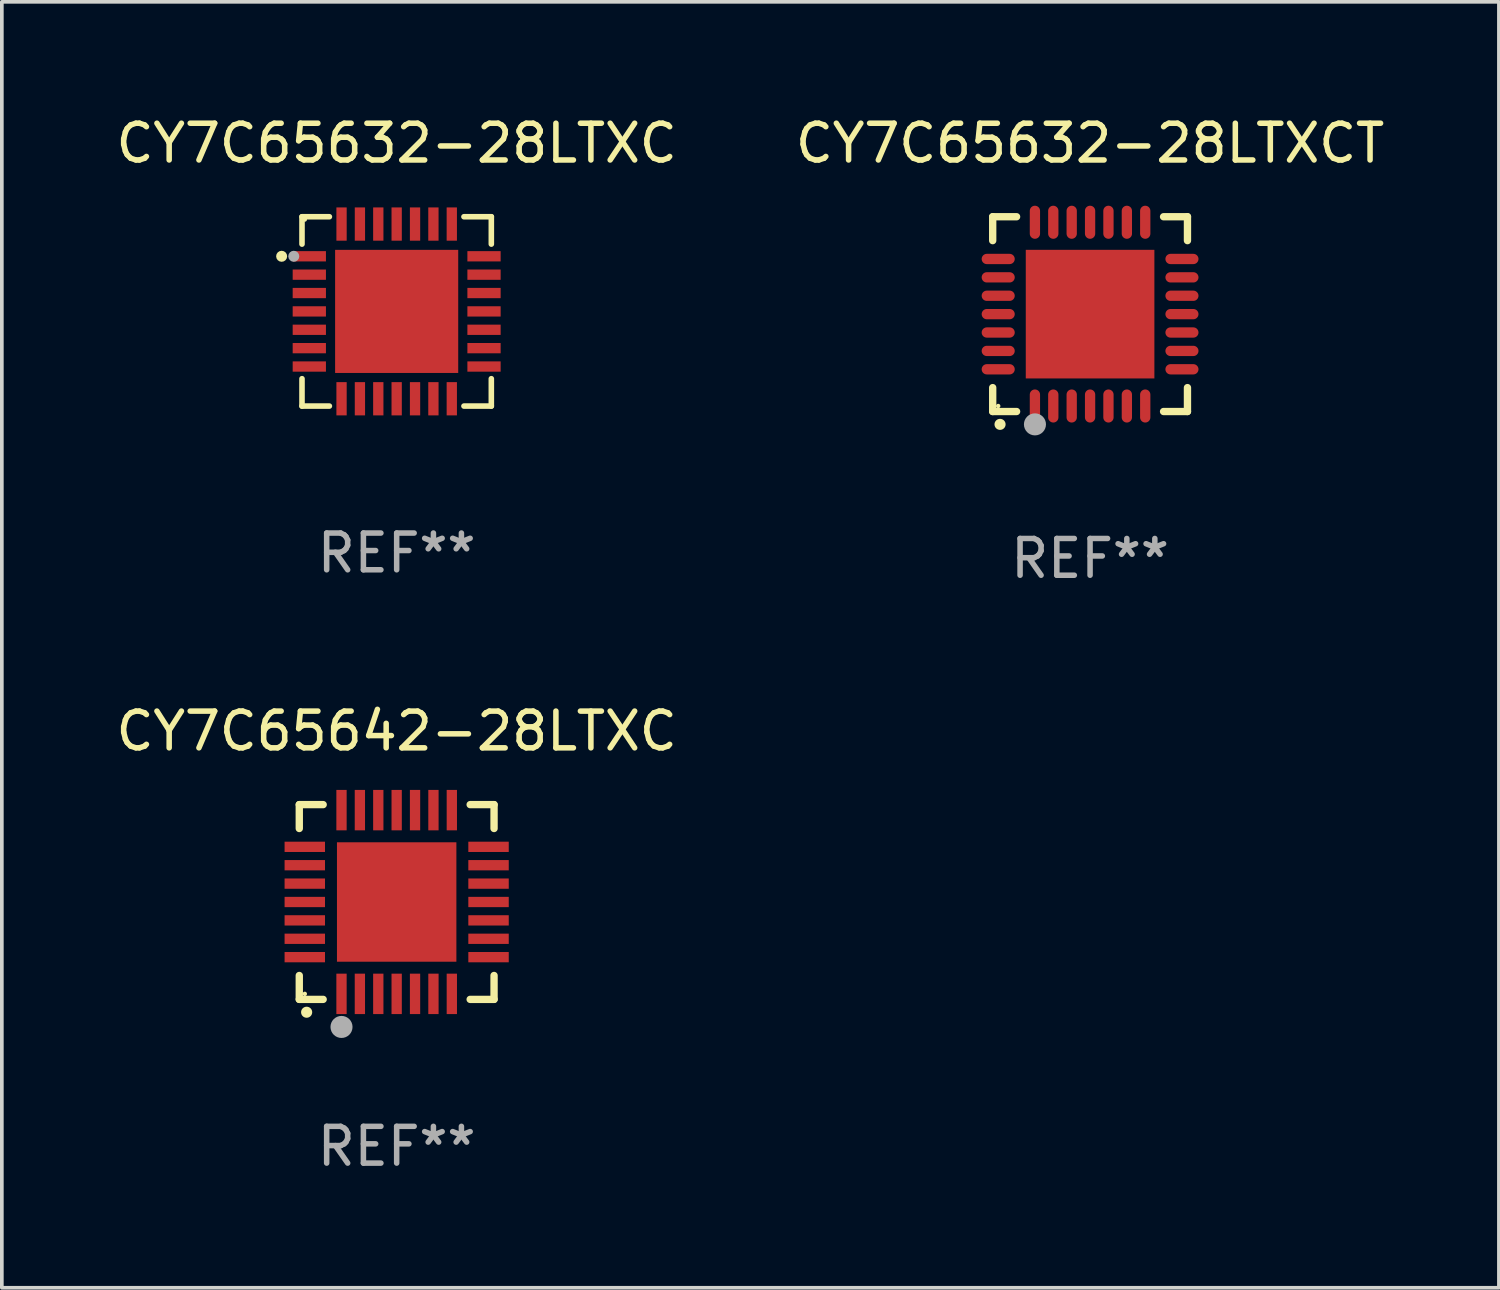
<source format=kicad_pcb>
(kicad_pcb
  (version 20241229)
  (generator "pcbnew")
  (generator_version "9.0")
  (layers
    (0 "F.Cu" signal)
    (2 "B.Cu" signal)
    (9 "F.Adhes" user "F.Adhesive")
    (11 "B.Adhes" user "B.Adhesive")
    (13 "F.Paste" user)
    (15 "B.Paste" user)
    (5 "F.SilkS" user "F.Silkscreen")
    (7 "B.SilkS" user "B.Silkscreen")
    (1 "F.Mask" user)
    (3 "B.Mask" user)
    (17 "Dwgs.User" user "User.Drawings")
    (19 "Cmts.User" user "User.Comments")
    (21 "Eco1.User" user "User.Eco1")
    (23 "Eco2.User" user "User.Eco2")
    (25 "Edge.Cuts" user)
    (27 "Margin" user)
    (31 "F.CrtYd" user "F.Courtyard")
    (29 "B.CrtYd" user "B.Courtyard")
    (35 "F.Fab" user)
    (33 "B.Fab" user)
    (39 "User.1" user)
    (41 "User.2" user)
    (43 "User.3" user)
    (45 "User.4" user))
  (footprint "CY7C65632-28LTXCT"
    (layer "F.Cu")
    (at 26.613 5.498)
    (property "Reference" "CY7C65632-28LTXCT" (at 0 -4.65 0) (layer "F.SilkS") (effects (font (size 1 1) (thickness 0.15))))
    (attr through_hole)
    (fp_line (start -2.65 -2.65) (end -2.65 -2) (stroke (width 0.2) (type solid)) (layer "F.SilkS"))
    (fp_line (start -2.65 2.65) (end -2.65 2) (stroke (width 0.2) (type solid)) (layer "F.SilkS"))
    (fp_line (start -2 -2.65) (end -2.65 -2.65) (stroke (width 0.2) (type solid)) (layer "F.SilkS"))
    (fp_line (start -2 2.65) (end -2.65 2.65) (stroke (width 0.2) (type solid)) (layer "F.SilkS"))
    (fp_line (start 2 2.65) (end 2.65 2.65) (stroke (width 0.2) (type solid)) (layer "F.SilkS"))
    (fp_line (start 2.65 -2.65) (end 2 -2.65) (stroke (width 0.2) (type solid)) (layer "F.SilkS"))
    (fp_line (start 2.65 -2) (end 2.65 -2.65) (stroke (width 0.2) (type solid)) (layer "F.SilkS"))
    (fp_line (start 2.65 2.65) (end 2.65 2) (stroke (width 0.2) (type solid)) (layer "F.SilkS"))
    (fp_arc (start -2.451105 2.999746) (mid -2.449835 2.999741) (end -2.448565 2.999746) (stroke (width 0.3) (type solid)) (layer "F.SilkS"))
    (fp_circle (center -2.5 2.5) (end -2.47 2.5) (stroke (width 0.06) (type solid)) (fill no) (layer "F.SilkS"))
    (fp_circle (center -1.5 3) (end -1.35 3) (stroke (width 0.3) (type solid)) (fill no) (layer "F.Fab"))
    (fp_text user "REF**" (at 0 6.65 0) (layer "F.Fab") (effects (font (size 1 1) (thickness 0.15))))
    (pad "1" smd oval (at -1.501 2.5 180) (size 0.28 0.9) (layers "F.Cu" "F.Mask" "F.Paste"))
    (pad "2" smd oval (at -1.001 2.5 180) (size 0.28 0.9) (layers "F.Cu" "F.Mask" "F.Paste"))
    (pad "3" smd oval (at -0.5 2.5 180) (size 0.28 0.9) (layers "F.Cu" "F.Mask" "F.Paste"))
    (pad "4" smd oval (at 0.000076 2.5 180) (size 0.28 0.9) (layers "F.Cu" "F.Mask" "F.Paste"))
    (pad "5" smd oval (at 0.5 2.5 180) (size 0.28 0.9) (layers "F.Cu" "F.Mask" "F.Paste"))
    (pad "6" smd oval (at 1.001 2.5 180) (size 0.28 0.9) (layers "F.Cu" "F.Mask" "F.Paste"))
    (pad "7" smd oval (at 1.501 2.5 180) (size 0.28 0.9) (layers "F.Cu" "F.Mask" "F.Paste"))
    (pad "8" smd oval (at 2.5 1.501 90) (size 0.28 0.9) (layers "F.Cu" "F.Mask" "F.Paste"))
    (pad "9" smd oval (at 2.5 1.001 90) (size 0.28 0.9) (layers "F.Cu" "F.Mask" "F.Paste"))
    (pad "10" smd oval (at 2.5 0.5 90) (size 0.28 0.9) (layers "F.Cu" "F.Mask" "F.Paste"))
    (pad "11" smd oval (at 2.5 0.000076 90) (size 0.28 0.9) (layers "F.Cu" "F.Mask" "F.Paste"))
    (pad "12" smd oval (at 2.5 -0.5 90) (size 0.28 0.9) (layers "F.Cu" "F.Mask" "F.Paste"))
    (pad "13" smd oval (at 2.5 -1.001 90) (size 0.28 0.9) (layers "F.Cu" "F.Mask" "F.Paste"))
    (pad "14" smd oval (at 2.5 -1.501 90) (size 0.28 0.9) (layers "F.Cu" "F.Mask" "F.Paste"))
    (pad "15" smd oval (at 1.501 -2.5 180) (size 0.28 0.9) (layers "F.Cu" "F.Mask" "F.Paste"))
    (pad "16" smd oval (at 1.001 -2.5 180) (size 0.28 0.9) (layers "F.Cu" "F.Mask" "F.Paste"))
    (pad "17" smd oval (at 0.5 -2.5 180) (size 0.28 0.9) (layers "F.Cu" "F.Mask" "F.Paste"))
    (pad "18" smd oval (at 0.000076 -2.5 180) (size 0.28 0.9) (layers "F.Cu" "F.Mask" "F.Paste"))
    (pad "19" smd oval (at -0.5 -2.5 180) (size 0.28 0.9) (layers "F.Cu" "F.Mask" "F.Paste"))
    (pad "20" smd oval (at -1.001 -2.5 180) (size 0.28 0.9) (layers "F.Cu" "F.Mask" "F.Paste"))
    (pad "21" smd oval (at -1.501 -2.5 180) (size 0.28 0.9) (layers "F.Cu" "F.Mask" "F.Paste"))
    (pad "22" smd oval (at -2.5 -1.501 90) (size 0.28 0.9) (layers "F.Cu" "F.Mask" "F.Paste"))
    (pad "23" smd oval (at -2.5 -1.001 90) (size 0.28 0.9) (layers "F.Cu" "F.Mask" "F.Paste"))
    (pad "24" smd oval (at -2.5 -0.5 90) (size 0.28 0.9) (layers "F.Cu" "F.Mask" "F.Paste"))
    (pad "25" smd oval (at -2.5 0.000076 90) (size 0.28 0.9) (layers "F.Cu" "F.Mask" "F.Paste"))
    (pad "26" smd oval (at -2.5 0.5 90) (size 0.28 0.9) (layers "F.Cu" "F.Mask" "F.Paste"))
    (pad "27" smd oval (at -2.5 1.001 90) (size 0.28 0.9) (layers "F.Cu" "F.Mask" "F.Paste"))
    (pad "28" smd oval (at -2.5 1.501 90) (size 0.28 0.9) (layers "F.Cu" "F.Mask" "F.Paste"))
    (pad "29" smd rect (at 0.000076 0.000076 90) (size 3.5 3.5) (layers "F.Cu" "F.Mask" "F.Paste")))
  (footprint "CY7C65632-28LTXC"
    (layer "F.Cu")
    (at 7.744 5.424)
    (property "Reference" "CY7C65632-28LTXC" (at 0 -4.576 0) (layer "F.SilkS") (effects (font (size 1 1) (thickness 0.15))))
    (attr through_hole)
    (fp_line (start -2.576 -2.576) (end -2.576 -1.831) (stroke (width 0.152) (type solid)) (layer "F.SilkS"))
    (fp_line (start -2.576 2.576) (end -2.576 1.831) (stroke (width 0.152) (type solid)) (layer "F.SilkS"))
    (fp_line (start -1.831 -2.576) (end -2.576 -2.576) (stroke (width 0.152) (type solid)) (layer "F.SilkS"))
    (fp_line (start -1.831 2.576) (end -2.576 2.576) (stroke (width 0.152) (type solid)) (layer "F.SilkS"))
    (fp_line (start 1.831 -2.576) (end 2.576 -2.576) (stroke (width 0.152) (type solid)) (layer "F.SilkS"))
    (fp_line (start 1.831 2.576) (end 2.576 2.576) (stroke (width 0.152) (type solid)) (layer "F.SilkS"))
    (fp_line (start 2.576 -2.576) (end 2.576 -1.831) (stroke (width 0.152) (type solid)) (layer "F.SilkS"))
    (fp_line (start 2.576 2.576) (end 2.576 1.831) (stroke (width 0.152) (type solid)) (layer "F.SilkS"))
    (fp_circle (center -3.13 -1.5) (end -3.055 -1.5) (stroke (width 0.15) (type solid)) (fill no) (layer "F.SilkS"))
    (fp_circle (center -2.5 -2.5) (end -2.47 -2.5) (stroke (width 0.06) (type solid)) (fill no) (layer "F.SilkS"))
    (fp_circle (center -2.8 -1.5) (end -2.725 -1.5) (stroke (width 0.15) (type solid)) (fill no) (layer "F.Fab"))
    (fp_text user "REF**" (at 0 6.576 0) (layer "F.Fab") (effects (font (size 1 1) (thickness 0.15))))
    (pad "1" smd rect (at -2.377 -1.5) (size 0.905 0.28) (layers "F.Cu" "F.Mask" "F.Paste"))
    (pad "2" smd rect (at -2.377 -1) (size 0.905 0.28) (layers "F.Cu" "F.Mask" "F.Paste"))
    (pad "3" smd rect (at -2.377 -0.5) (size 0.905 0.28) (layers "F.Cu" "F.Mask" "F.Paste"))
    (pad "4" smd rect (at -2.377 0) (size 0.905 0.28) (layers "F.Cu" "F.Mask" "F.Paste"))
    (pad "5" smd rect (at -2.377 0.5) (size 0.905 0.28) (layers "F.Cu" "F.Mask" "F.Paste"))
    (pad "6" smd rect (at -2.377 1) (size 0.905 0.28) (layers "F.Cu" "F.Mask" "F.Paste"))
    (pad "7" smd rect (at -2.377 1.5) (size 0.905 0.28) (layers "F.Cu" "F.Mask" "F.Paste"))
    (pad "8" smd rect (at -1.5 2.377) (size 0.28 0.905) (layers "F.Cu" "F.Mask" "F.Paste"))
    (pad "9" smd rect (at -1 2.377) (size 0.28 0.905) (layers "F.Cu" "F.Mask" "F.Paste"))
    (pad "10" smd rect (at -0.5 2.377) (size 0.28 0.905) (layers "F.Cu" "F.Mask" "F.Paste"))
    (pad "11" smd rect (at 0 2.377) (size 0.28 0.905) (layers "F.Cu" "F.Mask" "F.Paste"))
    (pad "12" smd rect (at 0.5 2.377) (size 0.28 0.905) (layers "F.Cu" "F.Mask" "F.Paste"))
    (pad "13" smd rect (at 1 2.377) (size 0.28 0.905) (layers "F.Cu" "F.Mask" "F.Paste"))
    (pad "14" smd rect (at 1.5 2.377) (size 0.28 0.905) (layers "F.Cu" "F.Mask" "F.Paste"))
    (pad "15" smd rect (at 2.377 1.5) (size 0.905 0.28) (layers "F.Cu" "F.Mask" "F.Paste"))
    (pad "16" smd rect (at 2.377 1) (size 0.905 0.28) (layers "F.Cu" "F.Mask" "F.Paste"))
    (pad "17" smd rect (at 2.377 0.5) (size 0.905 0.28) (layers "F.Cu" "F.Mask" "F.Paste"))
    (pad "18" smd rect (at 2.377 0) (size 0.905 0.28) (layers "F.Cu" "F.Mask" "F.Paste"))
    (pad "19" smd rect (at 2.377 -0.5) (size 0.905 0.28) (layers "F.Cu" "F.Mask" "F.Paste"))
    (pad "20" smd rect (at 2.377 -1) (size 0.905 0.28) (layers "F.Cu" "F.Mask" "F.Paste"))
    (pad "21" smd rect (at 2.377 -1.5) (size 0.905 0.28) (layers "F.Cu" "F.Mask" "F.Paste"))
    (pad "22" smd rect (at 1.5 -2.377) (size 0.28 0.905) (layers "F.Cu" "F.Mask" "F.Paste"))
    (pad "23" smd rect (at 1 -2.377) (size 0.28 0.905) (layers "F.Cu" "F.Mask" "F.Paste"))
    (pad "24" smd rect (at 0.5 -2.377) (size 0.28 0.905) (layers "F.Cu" "F.Mask" "F.Paste"))
    (pad "25" smd rect (at 0 -2.377) (size 0.28 0.905) (layers "F.Cu" "F.Mask" "F.Paste"))
    (pad "26" smd rect (at -0.5 -2.377) (size 0.28 0.905) (layers "F.Cu" "F.Mask" "F.Paste"))
    (pad "27" smd rect (at -1 -2.377) (size 0.28 0.905) (layers "F.Cu" "F.Mask" "F.Paste"))
    (pad "28" smd rect (at -1.5 -2.377) (size 0.28 0.905) (layers "F.Cu" "F.Mask" "F.Paste"))
    (pad "29" smd rect (at 0 0) (size 3.35 3.35) (layers "F.Cu" "F.Mask" "F.Paste")))
  (footprint "CY7C65642-28LTXC"
    (layer "F.Cu")
    (at 7.744 21.495)
    (property "Reference" "CY7C65642-28LTXC" (at 0 -4.65 0) (layer "F.SilkS") (effects (font (size 1 1) (thickness 0.15))))
    (attr through_hole)
    (fp_line (start -2.65 -2.65) (end -2.65 -2) (stroke (width 0.2) (type solid)) (layer "F.SilkS"))
    (fp_line (start -2.65 2.65) (end -2.65 2) (stroke (width 0.2) (type solid)) (layer "F.SilkS"))
    (fp_line (start -2 -2.65) (end -2.65 -2.65) (stroke (width 0.2) (type solid)) (layer "F.SilkS"))
    (fp_line (start -2 2.65) (end -2.65 2.65) (stroke (width 0.2) (type solid)) (layer "F.SilkS"))
    (fp_line (start 2 2.65) (end 2.65 2.65) (stroke (width 0.2) (type solid)) (layer "F.SilkS"))
    (fp_line (start 2.65 -2.65) (end 2 -2.65) (stroke (width 0.2) (type solid)) (layer "F.SilkS"))
    (fp_line (start 2.65 -2) (end 2.65 -2.65) (stroke (width 0.2) (type solid)) (layer "F.SilkS"))
    (fp_line (start 2.65 2.65) (end 2.65 2) (stroke (width 0.2) (type solid)) (layer "F.SilkS"))
    (fp_arc (start -2.451105 2.999746) (mid -2.449835 2.999741) (end -2.448565 2.999746) (stroke (width 0.3) (type solid)) (layer "F.SilkS"))
    (fp_circle (center -2.5 2.5) (end -2.47 2.5) (stroke (width 0.06) (type solid)) (fill no) (layer "F.SilkS"))
    (fp_circle (center -1.501 3.4) (end -1.351 3.4) (stroke (width 0.3) (type solid)) (fill no) (layer "F.Fab"))
    (fp_text user "REF**" (at 0 6.65 0) (layer "F.Fab") (effects (font (size 1 1) (thickness 0.15))))
    (pad "1" smd rect (at -1.501 2.5 180) (size 0.28 1.1) (layers "F.Cu" "F.Mask" "F.Paste"))
    (pad "2" smd rect (at -1.001 2.5 180) (size 0.28 1.1) (layers "F.Cu" "F.Mask" "F.Paste"))
    (pad "3" smd rect (at -0.5 2.5 180) (size 0.28 1.1) (layers "F.Cu" "F.Mask" "F.Paste"))
    (pad "4" smd rect (at 0.000076 2.5 180) (size 0.28 1.1) (layers "F.Cu" "F.Mask" "F.Paste"))
    (pad "5" smd rect (at 0.5 2.5 180) (size 0.28 1.1) (layers "F.Cu" "F.Mask" "F.Paste"))
    (pad "6" smd rect (at 1.001 2.5 180) (size 0.28 1.1) (layers "F.Cu" "F.Mask" "F.Paste"))
    (pad "7" smd rect (at 1.501 2.5 180) (size 0.28 1.1) (layers "F.Cu" "F.Mask" "F.Paste"))
    (pad "8" smd rect (at 2.5 1.501 90) (size 0.28 1.1) (layers "F.Cu" "F.Mask" "F.Paste"))
    (pad "9" smd rect (at 2.5 1.001 90) (size 0.28 1.1) (layers "F.Cu" "F.Mask" "F.Paste"))
    (pad "10" smd rect (at 2.5 0.5 90) (size 0.28 1.1) (layers "F.Cu" "F.Mask" "F.Paste"))
    (pad "11" smd rect (at 2.5 0.000076 90) (size 0.28 1.1) (layers "F.Cu" "F.Mask" "F.Paste"))
    (pad "12" smd rect (at 2.5 -0.5 90) (size 0.28 1.1) (layers "F.Cu" "F.Mask" "F.Paste"))
    (pad "13" smd rect (at 2.5 -1.001 90) (size 0.28 1.1) (layers "F.Cu" "F.Mask" "F.Paste"))
    (pad "14" smd rect (at 2.5 -1.501 90) (size 0.28 1.1) (layers "F.Cu" "F.Mask" "F.Paste"))
    (pad "15" smd rect (at 1.501 -2.5 180) (size 0.28 1.1) (layers "F.Cu" "F.Mask" "F.Paste"))
    (pad "16" smd rect (at 1.001 -2.5 180) (size 0.28 1.1) (layers "F.Cu" "F.Mask" "F.Paste"))
    (pad "17" smd rect (at 0.5 -2.5 180) (size 0.28 1.1) (layers "F.Cu" "F.Mask" "F.Paste"))
    (pad "18" smd rect (at 0.000076 -2.5 180) (size 0.28 1.1) (layers "F.Cu" "F.Mask" "F.Paste"))
    (pad "19" smd rect (at -0.5 -2.5 180) (size 0.28 1.1) (layers "F.Cu" "F.Mask" "F.Paste"))
    (pad "20" smd rect (at -1.001 -2.5 180) (size 0.28 1.1) (layers "F.Cu" "F.Mask" "F.Paste"))
    (pad "21" smd rect (at -1.501 -2.5 180) (size 0.28 1.1) (layers "F.Cu" "F.Mask" "F.Paste"))
    (pad "22" smd rect (at -2.5 -1.501 90) (size 0.28 1.1) (layers "F.Cu" "F.Mask" "F.Paste"))
    (pad "23" smd rect (at -2.5 -1.001 90) (size 0.28 1.1) (layers "F.Cu" "F.Mask" "F.Paste"))
    (pad "24" smd rect (at -2.5 -0.5 90) (size 0.28 1.1) (layers "F.Cu" "F.Mask" "F.Paste"))
    (pad "25" smd rect (at -2.5 0.000076 90) (size 0.28 1.1) (layers "F.Cu" "F.Mask" "F.Paste"))
    (pad "26" smd rect (at -2.5 0.5 90) (size 0.28 1.1) (layers "F.Cu" "F.Mask" "F.Paste"))
    (pad "27" smd rect (at -2.5 1.001 90) (size 0.28 1.1) (layers "F.Cu" "F.Mask" "F.Paste"))
    (pad "28" smd rect (at -2.5 1.501 90) (size 0.28 1.1) (layers "F.Cu" "F.Mask" "F.Paste"))
    (pad "29" smd rect (at 0.000076 0.000076 90) (size 3.25 3.25) (layers "F.Cu" "F.Mask" "F.Paste")))
  (gr_rect
    (start -3 -3)
    (end 37.738 31.993)
    (stroke (width 0.1) (type default))
    (fill no)
    (layer "Edge.Cuts")))
</source>
